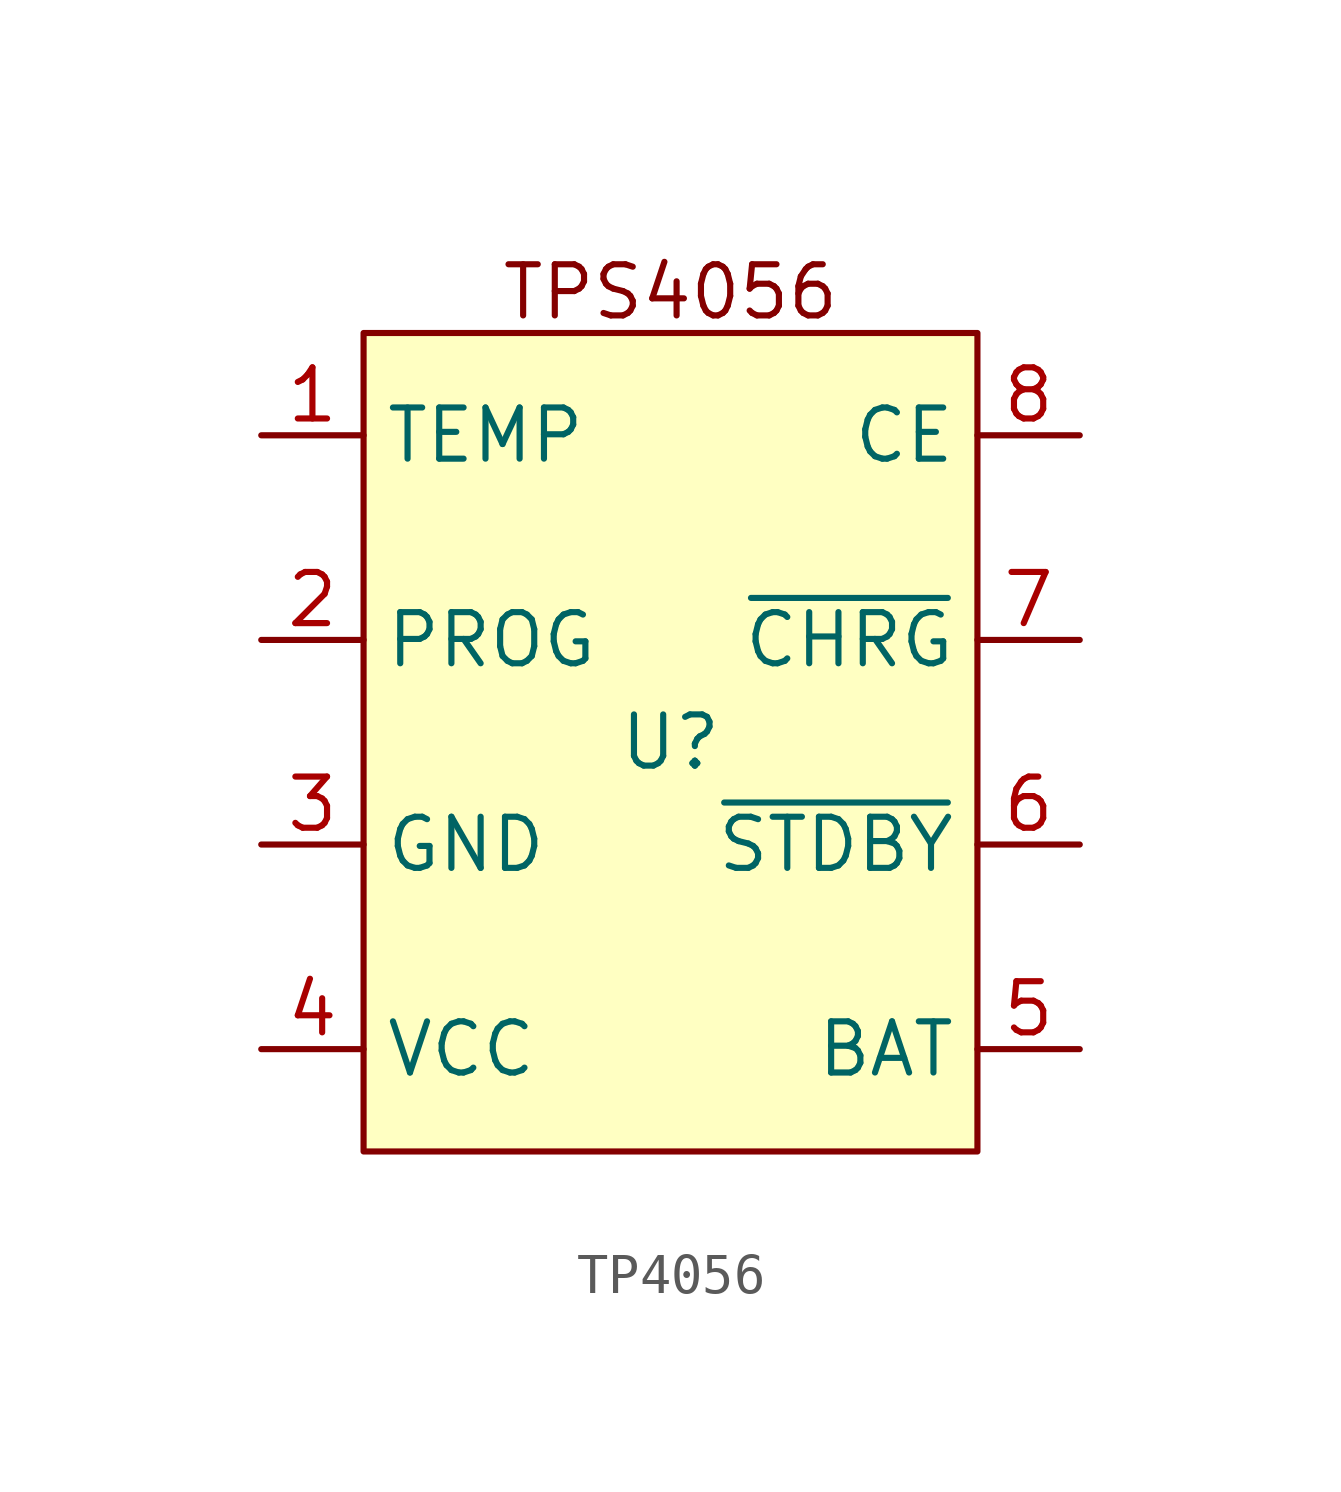
<source format=kicad_sym>
(kicad_symbol_lib
  (version 20241209)
  (generator "kicad_symbol_editor")
  (generator_version "9.0")
  (symbol "TP4056"
    (property "Reference" "U"
      (at 0 0 0)
      (effects (font (size 1.27 1.27))))
    (property "Value" ""
      (at 0 0 0)
      (effects (font (size 1.27 1.27))))
    (symbol "TP4056_1_1"
      (rectangle (start -7.62 10.16) (end 7.62 -10.16) (stroke (width 0) (type solid)) (fill (type background)))
      (text "TPS4056" (at 0 11.176 0) (effects (font (size 1.27 1.27))))
      (pin input line (at -10.16 7.62 0) (length 2.54) (name "TEMP" (effects (font (size 1.27 1.27)))) (number "1" (effects (font (size 1.27 1.27)))))
      (pin input line (at -10.16 2.54 0) (length 2.54) (name "PROG" (effects (font (size 1.27 1.27)))) (number "2" (effects (font (size 1.27 1.27)))))
      (pin power_in line (at -10.16 -2.54 0) (length 2.54) (name "GND" (effects (font (size 1.27 1.27)))) (number "3" (effects (font (size 1.27 1.27)))))
      (pin power_in line (at -10.16 -7.62 0) (length 2.54) (name "VCC" (effects (font (size 1.27 1.27)))) (number "4" (effects (font (size 1.27 1.27)))))
      (pin input line (at 10.16 7.62 180) (length 2.54) (name "CE" (effects (font (size 1.27 1.27)))) (number "8" (effects (font (size 1.27 1.27)))))
      (pin output line (at 10.16 2.54 180) (length 2.54) (name "~{CHRG}" (effects (font (size 1.27 1.27)))) (number "7" (effects (font (size 1.27 1.27)))))
      (pin output line (at 10.16 -2.54 180) (length 2.54) (name "~{STDBY}" (effects (font (size 1.27 1.27)))) (number "6" (effects (font (size 1.27 1.27)))))
      (pin power_in line (at 10.16 -7.62 180) (length 2.54) (name "BAT" (effects (font (size 1.27 1.27)))) (number "5" (effects (font (size 1.27 1.27))))))))
</source>
